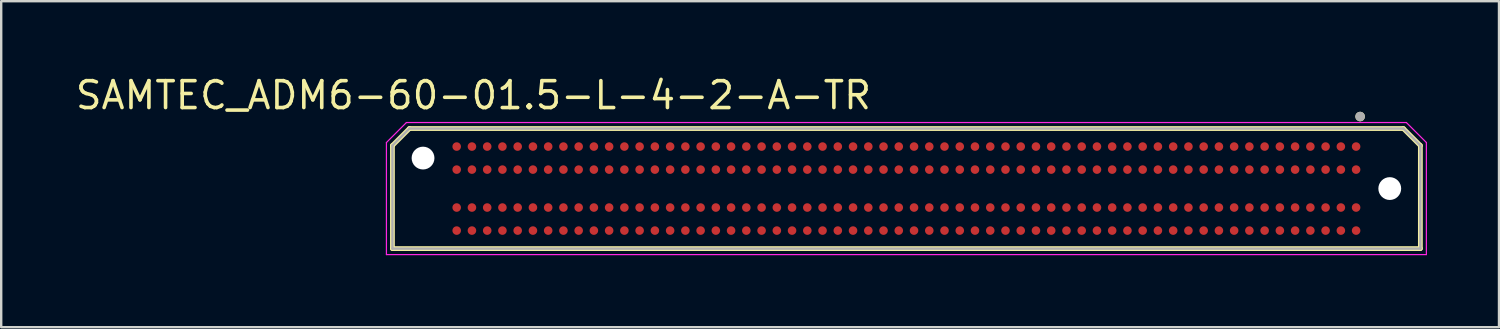
<source format=kicad_pcb>
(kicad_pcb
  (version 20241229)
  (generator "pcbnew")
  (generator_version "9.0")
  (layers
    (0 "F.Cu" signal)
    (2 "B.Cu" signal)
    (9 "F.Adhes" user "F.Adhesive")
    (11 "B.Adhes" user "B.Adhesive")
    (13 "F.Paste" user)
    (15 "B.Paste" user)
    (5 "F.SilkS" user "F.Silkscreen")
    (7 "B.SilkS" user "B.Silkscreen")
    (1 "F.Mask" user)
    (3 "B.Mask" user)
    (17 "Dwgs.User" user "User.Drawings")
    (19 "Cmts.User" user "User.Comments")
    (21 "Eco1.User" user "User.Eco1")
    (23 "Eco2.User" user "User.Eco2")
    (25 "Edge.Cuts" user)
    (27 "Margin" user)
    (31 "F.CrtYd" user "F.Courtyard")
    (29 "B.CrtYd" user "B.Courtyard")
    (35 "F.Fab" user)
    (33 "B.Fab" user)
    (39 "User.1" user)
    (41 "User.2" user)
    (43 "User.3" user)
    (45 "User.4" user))
  (footprint "SAMTEC_ADM6-60-01.5-L-4-2-A-TR"
    (layer "F.Cu")
    (at 34.707 4.805)
    (property "Reference" "SAMTEC_ADM6-60-01.5-L-4-2-A-TR" (at -18.034 -3.886 0) (layer "F.SilkS") (effects (font (size 1.12 1.12) (thickness 0.15))))
    (attr smd)
    (fp_line (start -21.41 -1.793) (end -20.703 -2.5) (stroke (width 0.2) (type solid)) (layer "F.SilkS"))
    (fp_line (start -21.41 2.5) (end -21.41 -1.793) (stroke (width 0.2) (type solid)) (layer "F.SilkS"))
    (fp_line (start -20.703 -2.5) (end 20.703 -2.5) (stroke (width 0.2) (type solid)) (layer "F.SilkS"))
    (fp_line (start 20.703 -2.5) (end 21.41 -1.793) (stroke (width 0.2) (type solid)) (layer "F.SilkS"))
    (fp_line (start 21.41 -1.793) (end 21.41 2.5) (stroke (width 0.2) (type solid)) (layer "F.SilkS"))
    (fp_line (start 21.41 2.5) (end -21.41 2.5) (stroke (width 0.2) (type solid)) (layer "F.SilkS"))
    (fp_circle (center 18.9 -3) (end 19 -3) (stroke (width 0.2) (type solid)) (fill no) (layer "F.SilkS"))
    (fp_line (start -21.66 -1.918) (end -20.828 -2.75) (stroke (width 0.05) (type solid)) (layer "F.CrtYd"))
    (fp_line (start -21.66 2.75) (end -21.66 -1.918) (stroke (width 0.05) (type solid)) (layer "F.CrtYd"))
    (fp_line (start -20.828 -2.75) (end 20.828 -2.75) (stroke (width 0.05) (type solid)) (layer "F.CrtYd"))
    (fp_line (start 20.828 -2.75) (end 21.66 -1.918) (stroke (width 0.05) (type solid)) (layer "F.CrtYd"))
    (fp_line (start 21.66 -1.918) (end 21.66 2.75) (stroke (width 0.05) (type solid)) (layer "F.CrtYd"))
    (fp_line (start 21.66 2.75) (end -21.66 2.75) (stroke (width 0.05) (type solid)) (layer "F.CrtYd"))
    (fp_line (start -21.41 -1.793) (end -20.703 -2.5) (stroke (width 0.1) (type solid)) (layer "F.Fab"))
    (fp_line (start -21.41 2.5) (end -21.41 -1.793) (stroke (width 0.1) (type solid)) (layer "F.Fab"))
    (fp_line (start -20.703 -2.5) (end 20.703 -2.5) (stroke (width 0.1) (type solid)) (layer "F.Fab"))
    (fp_line (start 20.703 -2.5) (end 21.41 -1.793) (stroke (width 0.1) (type solid)) (layer "F.Fab"))
    (fp_line (start 21.41 -1.793) (end 21.41 2.5) (stroke (width 0.1) (type solid)) (layer "F.Fab"))
    (fp_line (start 21.41 2.5) (end -21.41 2.5) (stroke (width 0.1) (type solid)) (layer "F.Fab"))
    (fp_circle (center 18.9 -3) (end 19 -3) (stroke (width 0.2) (type solid)) (fill no) (layer "F.Fab"))
    (pad "" np_thru_hole circle (at -20.135 -1.27) (size 0.95 0.95) (drill 0.95) (layers "*.Cu" "*.Mask"))
    (pad "" np_thru_hole circle (at 20.135 0) (size 0.95 0.95) (drill 0.95) (layers "*.Cu" "*.Mask"))
    (pad "A01" smd circle (at 18.733 -1.75) (size 0.356 0.356) (layers "F.Cu" "F.Mask" "F.Paste"))
    (pad "A02" smd circle (at 18.098 -1.75) (size 0.356 0.356) (layers "F.Cu" "F.Mask" "F.Paste"))
    (pad "A03" smd circle (at 17.462 -1.75) (size 0.356 0.356) (layers "F.Cu" "F.Mask" "F.Paste"))
    (pad "A04" smd circle (at 16.828 -1.75) (size 0.356 0.356) (layers "F.Cu" "F.Mask" "F.Paste"))
    (pad "A05" smd circle (at 16.192 -1.75) (size 0.356 0.356) (layers "F.Cu" "F.Mask" "F.Paste"))
    (pad "A06" smd circle (at 15.557 -1.75) (size 0.356 0.356) (layers "F.Cu" "F.Mask" "F.Paste"))
    (pad "A07" smd circle (at 14.922 -1.75) (size 0.356 0.356) (layers "F.Cu" "F.Mask" "F.Paste"))
    (pad "A08" smd circle (at 14.287 -1.75) (size 0.356 0.356) (layers "F.Cu" "F.Mask" "F.Paste"))
    (pad "A09" smd circle (at 13.652 -1.75) (size 0.356 0.356) (layers "F.Cu" "F.Mask" "F.Paste"))
    (pad "A10" smd circle (at 13.018 -1.75) (size 0.356 0.356) (layers "F.Cu" "F.Mask" "F.Paste"))
    (pad "A11" smd circle (at 12.383 -1.75) (size 0.356 0.356) (layers "F.Cu" "F.Mask" "F.Paste"))
    (pad "A12" smd circle (at 11.748 -1.75) (size 0.356 0.356) (layers "F.Cu" "F.Mask" "F.Paste"))
    (pad "A13" smd circle (at 11.113 -1.75) (size 0.356 0.356) (layers "F.Cu" "F.Mask" "F.Paste"))
    (pad "A14" smd circle (at 10.477 -1.75) (size 0.356 0.356) (layers "F.Cu" "F.Mask" "F.Paste"))
    (pad "A15" smd circle (at 9.842 -1.75) (size 0.356 0.356) (layers "F.Cu" "F.Mask" "F.Paste"))
    (pad "A16" smd circle (at 9.207 -1.75) (size 0.356 0.356) (layers "F.Cu" "F.Mask" "F.Paste"))
    (pad "A17" smd circle (at 8.572 -1.75) (size 0.356 0.356) (layers "F.Cu" "F.Mask" "F.Paste"))
    (pad "A18" smd circle (at 7.938 -1.75) (size 0.356 0.356) (layers "F.Cu" "F.Mask" "F.Paste"))
    (pad "A19" smd circle (at 7.303 -1.75) (size 0.356 0.356) (layers "F.Cu" "F.Mask" "F.Paste"))
    (pad "A20" smd circle (at 6.668 -1.75) (size 0.356 0.356) (layers "F.Cu" "F.Mask" "F.Paste"))
    (pad "A21" smd circle (at 6.032 -1.75) (size 0.356 0.356) (layers "F.Cu" "F.Mask" "F.Paste"))
    (pad "A22" smd circle (at 5.397 -1.75) (size 0.356 0.356) (layers "F.Cu" "F.Mask" "F.Paste"))
    (pad "A23" smd circle (at 4.763 -1.75) (size 0.356 0.356) (layers "F.Cu" "F.Mask" "F.Paste"))
    (pad "A24" smd circle (at 4.128 -1.75) (size 0.356 0.356) (layers "F.Cu" "F.Mask" "F.Paste"))
    (pad "A25" smd circle (at 3.493 -1.75) (size 0.356 0.356) (layers "F.Cu" "F.Mask" "F.Paste"))
    (pad "A26" smd circle (at 2.857 -1.75) (size 0.356 0.356) (layers "F.Cu" "F.Mask" "F.Paste"))
    (pad "A27" smd circle (at 2.223 -1.75) (size 0.356 0.356) (layers "F.Cu" "F.Mask" "F.Paste"))
    (pad "A28" smd circle (at 1.587 -1.75) (size 0.356 0.356) (layers "F.Cu" "F.Mask" "F.Paste"))
    (pad "A29" smd circle (at 0.953 -1.75) (size 0.356 0.356) (layers "F.Cu" "F.Mask" "F.Paste"))
    (pad "A30" smd circle (at 0.318 -1.75) (size 0.356 0.356) (layers "F.Cu" "F.Mask" "F.Paste"))
    (pad "A31" smd circle (at -0.318 -1.75) (size 0.356 0.356) (layers "F.Cu" "F.Mask" "F.Paste"))
    (pad "A32" smd circle (at -0.953 -1.75) (size 0.356 0.356) (layers "F.Cu" "F.Mask" "F.Paste"))
    (pad "A33" smd circle (at -1.587 -1.75) (size 0.356 0.356) (layers "F.Cu" "F.Mask" "F.Paste"))
    (pad "A34" smd circle (at -2.223 -1.75) (size 0.356 0.356) (layers "F.Cu" "F.Mask" "F.Paste"))
    (pad "A35" smd circle (at -2.857 -1.75) (size 0.356 0.356) (layers "F.Cu" "F.Mask" "F.Paste"))
    (pad "A36" smd circle (at -3.493 -1.75) (size 0.356 0.356) (layers "F.Cu" "F.Mask" "F.Paste"))
    (pad "A37" smd circle (at -4.128 -1.75) (size 0.356 0.356) (layers "F.Cu" "F.Mask" "F.Paste"))
    (pad "A38" smd circle (at -4.763 -1.75) (size 0.356 0.356) (layers "F.Cu" "F.Mask" "F.Paste"))
    (pad "A39" smd circle (at -5.397 -1.75) (size 0.356 0.356) (layers "F.Cu" "F.Mask" "F.Paste"))
    (pad "A40" smd circle (at -6.032 -1.75) (size 0.356 0.356) (layers "F.Cu" "F.Mask" "F.Paste"))
    (pad "A41" smd circle (at -6.668 -1.75) (size 0.356 0.356) (layers "F.Cu" "F.Mask" "F.Paste"))
    (pad "A42" smd circle (at -7.303 -1.75) (size 0.356 0.356) (layers "F.Cu" "F.Mask" "F.Paste"))
    (pad "A43" smd circle (at -7.938 -1.75) (size 0.356 0.356) (layers "F.Cu" "F.Mask" "F.Paste"))
    (pad "A44" smd circle (at -8.572 -1.75) (size 0.356 0.356) (layers "F.Cu" "F.Mask" "F.Paste"))
    (pad "A45" smd circle (at -9.207 -1.75) (size 0.356 0.356) (layers "F.Cu" "F.Mask" "F.Paste"))
    (pad "A46" smd circle (at -9.842 -1.75) (size 0.356 0.356) (layers "F.Cu" "F.Mask" "F.Paste"))
    (pad "A47" smd circle (at -10.477 -1.75) (size 0.356 0.356) (layers "F.Cu" "F.Mask" "F.Paste"))
    (pad "A48" smd circle (at -11.113 -1.75) (size 0.356 0.356) (layers "F.Cu" "F.Mask" "F.Paste"))
    (pad "A49" smd circle (at -11.748 -1.75) (size 0.356 0.356) (layers "F.Cu" "F.Mask" "F.Paste"))
    (pad "A50" smd circle (at -12.383 -1.75) (size 0.356 0.356) (layers "F.Cu" "F.Mask" "F.Paste"))
    (pad "A51" smd circle (at -13.018 -1.75) (size 0.356 0.356) (layers "F.Cu" "F.Mask" "F.Paste"))
    (pad "A52" smd circle (at -13.652 -1.75) (size 0.356 0.356) (layers "F.Cu" "F.Mask" "F.Paste"))
    (pad "A53" smd circle (at -14.287 -1.75) (size 0.356 0.356) (layers "F.Cu" "F.Mask" "F.Paste"))
    (pad "A54" smd circle (at -14.922 -1.75) (size 0.356 0.356) (layers "F.Cu" "F.Mask" "F.Paste"))
    (pad "A55" smd circle (at -15.557 -1.75) (size 0.356 0.356) (layers "F.Cu" "F.Mask" "F.Paste"))
    (pad "A56" smd circle (at -16.192 -1.75) (size 0.356 0.356) (layers "F.Cu" "F.Mask" "F.Paste"))
    (pad "A57" smd circle (at -16.828 -1.75) (size 0.356 0.356) (layers "F.Cu" "F.Mask" "F.Paste"))
    (pad "A58" smd circle (at -17.462 -1.75) (size 0.356 0.356) (layers "F.Cu" "F.Mask" "F.Paste"))
    (pad "A59" smd circle (at -18.098 -1.75) (size 0.356 0.356) (layers "F.Cu" "F.Mask" "F.Paste"))
    (pad "A60" smd circle (at -18.733 -1.75) (size 0.356 0.356) (layers "F.Cu" "F.Mask" "F.Paste"))
    (pad "B01" smd circle (at 18.733 -0.79) (size 0.356 0.356) (layers "F.Cu" "F.Mask" "F.Paste"))
    (pad "B02" smd circle (at 18.098 -0.79) (size 0.356 0.356) (layers "F.Cu" "F.Mask" "F.Paste"))
    (pad "B03" smd circle (at 17.462 -0.79) (size 0.356 0.356) (layers "F.Cu" "F.Mask" "F.Paste"))
    (pad "B04" smd circle (at 16.828 -0.79) (size 0.356 0.356) (layers "F.Cu" "F.Mask" "F.Paste"))
    (pad "B05" smd circle (at 16.192 -0.79) (size 0.356 0.356) (layers "F.Cu" "F.Mask" "F.Paste"))
    (pad "B06" smd circle (at 15.557 -0.79) (size 0.356 0.356) (layers "F.Cu" "F.Mask" "F.Paste"))
    (pad "B07" smd circle (at 14.922 -0.79) (size 0.356 0.356) (layers "F.Cu" "F.Mask" "F.Paste"))
    (pad "B08" smd circle (at 14.287 -0.79) (size 0.356 0.356) (layers "F.Cu" "F.Mask" "F.Paste"))
    (pad "B09" smd circle (at 13.652 -0.79) (size 0.356 0.356) (layers "F.Cu" "F.Mask" "F.Paste"))
    (pad "B10" smd circle (at 13.018 -0.79) (size 0.356 0.356) (layers "F.Cu" "F.Mask" "F.Paste"))
    (pad "B11" smd circle (at 12.383 -0.79) (size 0.356 0.356) (layers "F.Cu" "F.Mask" "F.Paste"))
    (pad "B12" smd circle (at 11.748 -0.79) (size 0.356 0.356) (layers "F.Cu" "F.Mask" "F.Paste"))
    (pad "B13" smd circle (at 11.113 -0.79) (size 0.356 0.356) (layers "F.Cu" "F.Mask" "F.Paste"))
    (pad "B14" smd circle (at 10.477 -0.79) (size 0.356 0.356) (layers "F.Cu" "F.Mask" "F.Paste"))
    (pad "B15" smd circle (at 9.842 -0.79) (size 0.356 0.356) (layers "F.Cu" "F.Mask" "F.Paste"))
    (pad "B16" smd circle (at 9.207 -0.79) (size 0.356 0.356) (layers "F.Cu" "F.Mask" "F.Paste"))
    (pad "B17" smd circle (at 8.572 -0.79) (size 0.356 0.356) (layers "F.Cu" "F.Mask" "F.Paste"))
    (pad "B18" smd circle (at 7.938 -0.79) (size 0.356 0.356) (layers "F.Cu" "F.Mask" "F.Paste"))
    (pad "B19" smd circle (at 7.303 -0.79) (size 0.356 0.356) (layers "F.Cu" "F.Mask" "F.Paste"))
    (pad "B20" smd circle (at 6.668 -0.79) (size 0.356 0.356) (layers "F.Cu" "F.Mask" "F.Paste"))
    (pad "B21" smd circle (at 6.032 -0.79) (size 0.356 0.356) (layers "F.Cu" "F.Mask" "F.Paste"))
    (pad "B22" smd circle (at 5.397 -0.79) (size 0.356 0.356) (layers "F.Cu" "F.Mask" "F.Paste"))
    (pad "B23" smd circle (at 4.763 -0.79) (size 0.356 0.356) (layers "F.Cu" "F.Mask" "F.Paste"))
    (pad "B24" smd circle (at 4.128 -0.79) (size 0.356 0.356) (layers "F.Cu" "F.Mask" "F.Paste"))
    (pad "B25" smd circle (at 3.493 -0.79) (size 0.356 0.356) (layers "F.Cu" "F.Mask" "F.Paste"))
    (pad "B26" smd circle (at 2.857 -0.79) (size 0.356 0.356) (layers "F.Cu" "F.Mask" "F.Paste"))
    (pad "B27" smd circle (at 2.223 -0.79) (size 0.356 0.356) (layers "F.Cu" "F.Mask" "F.Paste"))
    (pad "B28" smd circle (at 1.587 -0.79) (size 0.356 0.356) (layers "F.Cu" "F.Mask" "F.Paste"))
    (pad "B29" smd circle (at 0.953 -0.79) (size 0.356 0.356) (layers "F.Cu" "F.Mask" "F.Paste"))
    (pad "B30" smd circle (at 0.318 -0.79) (size 0.356 0.356) (layers "F.Cu" "F.Mask" "F.Paste"))
    (pad "B31" smd circle (at -0.318 -0.79) (size 0.356 0.356) (layers "F.Cu" "F.Mask" "F.Paste"))
    (pad "B32" smd circle (at -0.953 -0.79) (size 0.356 0.356) (layers "F.Cu" "F.Mask" "F.Paste"))
    (pad "B33" smd circle (at -1.587 -0.79) (size 0.356 0.356) (layers "F.Cu" "F.Mask" "F.Paste"))
    (pad "B34" smd circle (at -2.223 -0.79) (size 0.356 0.356) (layers "F.Cu" "F.Mask" "F.Paste"))
    (pad "B35" smd circle (at -2.857 -0.79) (size 0.356 0.356) (layers "F.Cu" "F.Mask" "F.Paste"))
    (pad "B36" smd circle (at -3.493 -0.79) (size 0.356 0.356) (layers "F.Cu" "F.Mask" "F.Paste"))
    (pad "B37" smd circle (at -4.128 -0.79) (size 0.356 0.356) (layers "F.Cu" "F.Mask" "F.Paste"))
    (pad "B38" smd circle (at -4.763 -0.79) (size 0.356 0.356) (layers "F.Cu" "F.Mask" "F.Paste"))
    (pad "B39" smd circle (at -5.397 -0.79) (size 0.356 0.356) (layers "F.Cu" "F.Mask" "F.Paste"))
    (pad "B40" smd circle (at -6.032 -0.79) (size 0.356 0.356) (layers "F.Cu" "F.Mask" "F.Paste"))
    (pad "B41" smd circle (at -6.668 -0.79) (size 0.356 0.356) (layers "F.Cu" "F.Mask" "F.Paste"))
    (pad "B42" smd circle (at -7.303 -0.79) (size 0.356 0.356) (layers "F.Cu" "F.Mask" "F.Paste"))
    (pad "B43" smd circle (at -7.938 -0.79) (size 0.356 0.356) (layers "F.Cu" "F.Mask" "F.Paste"))
    (pad "B44" smd circle (at -8.572 -0.79) (size 0.356 0.356) (layers "F.Cu" "F.Mask" "F.Paste"))
    (pad "B45" smd circle (at -9.207 -0.79) (size 0.356 0.356) (layers "F.Cu" "F.Mask" "F.Paste"))
    (pad "B46" smd circle (at -9.842 -0.79) (size 0.356 0.356) (layers "F.Cu" "F.Mask" "F.Paste"))
    (pad "B47" smd circle (at -10.477 -0.79) (size 0.356 0.356) (layers "F.Cu" "F.Mask" "F.Paste"))
    (pad "B48" smd circle (at -11.113 -0.79) (size 0.356 0.356) (layers "F.Cu" "F.Mask" "F.Paste"))
    (pad "B49" smd circle (at -11.748 -0.79) (size 0.356 0.356) (layers "F.Cu" "F.Mask" "F.Paste"))
    (pad "B50" smd circle (at -12.383 -0.79) (size 0.356 0.356) (layers "F.Cu" "F.Mask" "F.Paste"))
    (pad "B51" smd circle (at -13.018 -0.79) (size 0.356 0.356) (layers "F.Cu" "F.Mask" "F.Paste"))
    (pad "B52" smd circle (at -13.652 -0.79) (size 0.356 0.356) (layers "F.Cu" "F.Mask" "F.Paste"))
    (pad "B53" smd circle (at -14.287 -0.79) (size 0.356 0.356) (layers "F.Cu" "F.Mask" "F.Paste"))
    (pad "B54" smd circle (at -14.922 -0.79) (size 0.356 0.356) (layers "F.Cu" "F.Mask" "F.Paste"))
    (pad "B55" smd circle (at -15.557 -0.79) (size 0.356 0.356) (layers "F.Cu" "F.Mask" "F.Paste"))
    (pad "B56" smd circle (at -16.192 -0.79) (size 0.356 0.356) (layers "F.Cu" "F.Mask" "F.Paste"))
    (pad "B57" smd circle (at -16.828 -0.79) (size 0.356 0.356) (layers "F.Cu" "F.Mask" "F.Paste"))
    (pad "B58" smd circle (at -17.462 -0.79) (size 0.356 0.356) (layers "F.Cu" "F.Mask" "F.Paste"))
    (pad "B59" smd circle (at -18.098 -0.79) (size 0.356 0.356) (layers "F.Cu" "F.Mask" "F.Paste"))
    (pad "B60" smd circle (at -18.733 -0.79) (size 0.356 0.356) (layers "F.Cu" "F.Mask" "F.Paste"))
    (pad "C01" smd circle (at 18.733 0.79) (size 0.356 0.356) (layers "F.Cu" "F.Mask" "F.Paste"))
    (pad "C02" smd circle (at 18.098 0.79) (size 0.356 0.356) (layers "F.Cu" "F.Mask" "F.Paste"))
    (pad "C03" smd circle (at 17.462 0.79) (size 0.356 0.356) (layers "F.Cu" "F.Mask" "F.Paste"))
    (pad "C04" smd circle (at 16.828 0.79) (size 0.356 0.356) (layers "F.Cu" "F.Mask" "F.Paste"))
    (pad "C05" smd circle (at 16.192 0.79) (size 0.356 0.356) (layers "F.Cu" "F.Mask" "F.Paste"))
    (pad "C06" smd circle (at 15.557 0.79) (size 0.356 0.356) (layers "F.Cu" "F.Mask" "F.Paste"))
    (pad "C07" smd circle (at 14.922 0.79) (size 0.356 0.356) (layers "F.Cu" "F.Mask" "F.Paste"))
    (pad "C08" smd circle (at 14.287 0.79) (size 0.356 0.356) (layers "F.Cu" "F.Mask" "F.Paste"))
    (pad "C09" smd circle (at 13.652 0.79) (size 0.356 0.356) (layers "F.Cu" "F.Mask" "F.Paste"))
    (pad "C10" smd circle (at 13.018 0.79) (size 0.356 0.356) (layers "F.Cu" "F.Mask" "F.Paste"))
    (pad "C11" smd circle (at 12.383 0.79) (size 0.356 0.356) (layers "F.Cu" "F.Mask" "F.Paste"))
    (pad "C12" smd circle (at 11.748 0.79) (size 0.356 0.356) (layers "F.Cu" "F.Mask" "F.Paste"))
    (pad "C13" smd circle (at 11.113 0.79) (size 0.356 0.356) (layers "F.Cu" "F.Mask" "F.Paste"))
    (pad "C14" smd circle (at 10.477 0.79) (size 0.356 0.356) (layers "F.Cu" "F.Mask" "F.Paste"))
    (pad "C15" smd circle (at 9.842 0.79) (size 0.356 0.356) (layers "F.Cu" "F.Mask" "F.Paste"))
    (pad "C16" smd circle (at 9.207 0.79) (size 0.356 0.356) (layers "F.Cu" "F.Mask" "F.Paste"))
    (pad "C17" smd circle (at 8.572 0.79) (size 0.356 0.356) (layers "F.Cu" "F.Mask" "F.Paste"))
    (pad "C18" smd circle (at 7.938 0.79) (size 0.356 0.356) (layers "F.Cu" "F.Mask" "F.Paste"))
    (pad "C19" smd circle (at 7.303 0.79) (size 0.356 0.356) (layers "F.Cu" "F.Mask" "F.Paste"))
    (pad "C20" smd circle (at 6.668 0.79) (size 0.356 0.356) (layers "F.Cu" "F.Mask" "F.Paste"))
    (pad "C21" smd circle (at 6.032 0.79) (size 0.356 0.356) (layers "F.Cu" "F.Mask" "F.Paste"))
    (pad "C22" smd circle (at 5.397 0.79) (size 0.356 0.356) (layers "F.Cu" "F.Mask" "F.Paste"))
    (pad "C23" smd circle (at 4.763 0.79) (size 0.356 0.356) (layers "F.Cu" "F.Mask" "F.Paste"))
    (pad "C24" smd circle (at 4.128 0.79) (size 0.356 0.356) (layers "F.Cu" "F.Mask" "F.Paste"))
    (pad "C25" smd circle (at 3.493 0.79) (size 0.356 0.356) (layers "F.Cu" "F.Mask" "F.Paste"))
    (pad "C26" smd circle (at 2.857 0.79) (size 0.356 0.356) (layers "F.Cu" "F.Mask" "F.Paste"))
    (pad "C27" smd circle (at 2.223 0.79) (size 0.356 0.356) (layers "F.Cu" "F.Mask" "F.Paste"))
    (pad "C28" smd circle (at 1.587 0.79) (size 0.356 0.356) (layers "F.Cu" "F.Mask" "F.Paste"))
    (pad "C29" smd circle (at 0.953 0.79) (size 0.356 0.356) (layers "F.Cu" "F.Mask" "F.Paste"))
    (pad "C30" smd circle (at 0.318 0.79) (size 0.356 0.356) (layers "F.Cu" "F.Mask" "F.Paste"))
    (pad "C31" smd circle (at -0.318 0.79) (size 0.356 0.356) (layers "F.Cu" "F.Mask" "F.Paste"))
    (pad "C32" smd circle (at -0.953 0.79) (size 0.356 0.356) (layers "F.Cu" "F.Mask" "F.Paste"))
    (pad "C33" smd circle (at -1.587 0.79) (size 0.356 0.356) (layers "F.Cu" "F.Mask" "F.Paste"))
    (pad "C34" smd circle (at -2.223 0.79) (size 0.356 0.356) (layers "F.Cu" "F.Mask" "F.Paste"))
    (pad "C35" smd circle (at -2.857 0.79) (size 0.356 0.356) (layers "F.Cu" "F.Mask" "F.Paste"))
    (pad "C36" smd circle (at -3.493 0.79) (size 0.356 0.356) (layers "F.Cu" "F.Mask" "F.Paste"))
    (pad "C37" smd circle (at -4.128 0.79) (size 0.356 0.356) (layers "F.Cu" "F.Mask" "F.Paste"))
    (pad "C38" smd circle (at -4.763 0.79) (size 0.356 0.356) (layers "F.Cu" "F.Mask" "F.Paste"))
    (pad "C39" smd circle (at -5.397 0.79) (size 0.356 0.356) (layers "F.Cu" "F.Mask" "F.Paste"))
    (pad "C40" smd circle (at -6.032 0.79) (size 0.356 0.356) (layers "F.Cu" "F.Mask" "F.Paste"))
    (pad "C41" smd circle (at -6.668 0.79) (size 0.356 0.356) (layers "F.Cu" "F.Mask" "F.Paste"))
    (pad "C42" smd circle (at -7.303 0.79) (size 0.356 0.356) (layers "F.Cu" "F.Mask" "F.Paste"))
    (pad "C43" smd circle (at -7.938 0.79) (size 0.356 0.356) (layers "F.Cu" "F.Mask" "F.Paste"))
    (pad "C44" smd circle (at -8.572 0.79) (size 0.356 0.356) (layers "F.Cu" "F.Mask" "F.Paste"))
    (pad "C45" smd circle (at -9.207 0.79) (size 0.356 0.356) (layers "F.Cu" "F.Mask" "F.Paste"))
    (pad "C46" smd circle (at -9.842 0.79) (size 0.356 0.356) (layers "F.Cu" "F.Mask" "F.Paste"))
    (pad "C47" smd circle (at -10.477 0.79) (size 0.356 0.356) (layers "F.Cu" "F.Mask" "F.Paste"))
    (pad "C48" smd circle (at -11.113 0.79) (size 0.356 0.356) (layers "F.Cu" "F.Mask" "F.Paste"))
    (pad "C49" smd circle (at -11.748 0.79) (size 0.356 0.356) (layers "F.Cu" "F.Mask" "F.Paste"))
    (pad "C50" smd circle (at -12.383 0.79) (size 0.356 0.356) (layers "F.Cu" "F.Mask" "F.Paste"))
    (pad "C51" smd circle (at -13.018 0.79) (size 0.356 0.356) (layers "F.Cu" "F.Mask" "F.Paste"))
    (pad "C52" smd circle (at -13.652 0.79) (size 0.356 0.356) (layers "F.Cu" "F.Mask" "F.Paste"))
    (pad "C53" smd circle (at -14.287 0.79) (size 0.356 0.356) (layers "F.Cu" "F.Mask" "F.Paste"))
    (pad "C54" smd circle (at -14.922 0.79) (size 0.356 0.356) (layers "F.Cu" "F.Mask" "F.Paste"))
    (pad "C55" smd circle (at -15.557 0.79) (size 0.356 0.356) (layers "F.Cu" "F.Mask" "F.Paste"))
    (pad "C56" smd circle (at -16.192 0.79) (size 0.356 0.356) (layers "F.Cu" "F.Mask" "F.Paste"))
    (pad "C57" smd circle (at -16.828 0.79) (size 0.356 0.356) (layers "F.Cu" "F.Mask" "F.Paste"))
    (pad "C58" smd circle (at -17.462 0.79) (size 0.356 0.356) (layers "F.Cu" "F.Mask" "F.Paste"))
    (pad "C59" smd circle (at -18.098 0.79) (size 0.356 0.356) (layers "F.Cu" "F.Mask" "F.Paste"))
    (pad "C60" smd circle (at -18.733 0.79) (size 0.356 0.356) (layers "F.Cu" "F.Mask" "F.Paste"))
    (pad "D01" smd circle (at 18.733 1.75) (size 0.356 0.356) (layers "F.Cu" "F.Mask" "F.Paste"))
    (pad "D02" smd circle (at 18.098 1.75) (size 0.356 0.356) (layers "F.Cu" "F.Mask" "F.Paste"))
    (pad "D03" smd circle (at 17.462 1.75) (size 0.356 0.356) (layers "F.Cu" "F.Mask" "F.Paste"))
    (pad "D04" smd circle (at 16.828 1.75) (size 0.356 0.356) (layers "F.Cu" "F.Mask" "F.Paste"))
    (pad "D05" smd circle (at 16.192 1.75) (size 0.356 0.356) (layers "F.Cu" "F.Mask" "F.Paste"))
    (pad "D06" smd circle (at 15.557 1.75) (size 0.356 0.356) (layers "F.Cu" "F.Mask" "F.Paste"))
    (pad "D07" smd circle (at 14.922 1.75) (size 0.356 0.356) (layers "F.Cu" "F.Mask" "F.Paste"))
    (pad "D08" smd circle (at 14.287 1.75) (size 0.356 0.356) (layers "F.Cu" "F.Mask" "F.Paste"))
    (pad "D09" smd circle (at 13.652 1.75) (size 0.356 0.356) (layers "F.Cu" "F.Mask" "F.Paste"))
    (pad "D10" smd circle (at 13.018 1.75) (size 0.356 0.356) (layers "F.Cu" "F.Mask" "F.Paste"))
    (pad "D11" smd circle (at 12.383 1.75) (size 0.356 0.356) (layers "F.Cu" "F.Mask" "F.Paste"))
    (pad "D12" smd circle (at 11.748 1.75) (size 0.356 0.356) (layers "F.Cu" "F.Mask" "F.Paste"))
    (pad "D13" smd circle (at 11.113 1.75) (size 0.356 0.356) (layers "F.Cu" "F.Mask" "F.Paste"))
    (pad "D14" smd circle (at 10.477 1.75) (size 0.356 0.356) (layers "F.Cu" "F.Mask" "F.Paste"))
    (pad "D15" smd circle (at 9.842 1.75) (size 0.356 0.356) (layers "F.Cu" "F.Mask" "F.Paste"))
    (pad "D16" smd circle (at 9.207 1.75) (size 0.356 0.356) (layers "F.Cu" "F.Mask" "F.Paste"))
    (pad "D17" smd circle (at 8.572 1.75) (size 0.356 0.356) (layers "F.Cu" "F.Mask" "F.Paste"))
    (pad "D18" smd circle (at 7.938 1.75) (size 0.356 0.356) (layers "F.Cu" "F.Mask" "F.Paste"))
    (pad "D19" smd circle (at 7.303 1.75) (size 0.356 0.356) (layers "F.Cu" "F.Mask" "F.Paste"))
    (pad "D20" smd circle (at 6.668 1.75) (size 0.356 0.356) (layers "F.Cu" "F.Mask" "F.Paste"))
    (pad "D21" smd circle (at 6.032 1.75) (size 0.356 0.356) (layers "F.Cu" "F.Mask" "F.Paste"))
    (pad "D22" smd circle (at 5.397 1.75) (size 0.356 0.356) (layers "F.Cu" "F.Mask" "F.Paste"))
    (pad "D23" smd circle (at 4.763 1.75) (size 0.356 0.356) (layers "F.Cu" "F.Mask" "F.Paste"))
    (pad "D24" smd circle (at 4.128 1.75) (size 0.356 0.356) (layers "F.Cu" "F.Mask" "F.Paste"))
    (pad "D25" smd circle (at 3.493 1.75) (size 0.356 0.356) (layers "F.Cu" "F.Mask" "F.Paste"))
    (pad "D26" smd circle (at 2.857 1.75) (size 0.356 0.356) (layers "F.Cu" "F.Mask" "F.Paste"))
    (pad "D27" smd circle (at 2.223 1.75) (size 0.356 0.356) (layers "F.Cu" "F.Mask" "F.Paste"))
    (pad "D28" smd circle (at 1.587 1.75) (size 0.356 0.356) (layers "F.Cu" "F.Mask" "F.Paste"))
    (pad "D29" smd circle (at 0.953 1.75) (size 0.356 0.356) (layers "F.Cu" "F.Mask" "F.Paste"))
    (pad "D30" smd circle (at 0.318 1.75) (size 0.356 0.356) (layers "F.Cu" "F.Mask" "F.Paste"))
    (pad "D31" smd circle (at -0.318 1.75) (size 0.356 0.356) (layers "F.Cu" "F.Mask" "F.Paste"))
    (pad "D32" smd circle (at -0.953 1.75) (size 0.356 0.356) (layers "F.Cu" "F.Mask" "F.Paste"))
    (pad "D33" smd circle (at -1.587 1.75) (size 0.356 0.356) (layers "F.Cu" "F.Mask" "F.Paste"))
    (pad "D34" smd circle (at -2.223 1.75) (size 0.356 0.356) (layers "F.Cu" "F.Mask" "F.Paste"))
    (pad "D35" smd circle (at -2.857 1.75) (size 0.356 0.356) (layers "F.Cu" "F.Mask" "F.Paste"))
    (pad "D36" smd circle (at -3.493 1.75) (size 0.356 0.356) (layers "F.Cu" "F.Mask" "F.Paste"))
    (pad "D37" smd circle (at -4.128 1.75) (size 0.356 0.356) (layers "F.Cu" "F.Mask" "F.Paste"))
    (pad "D38" smd circle (at -4.763 1.75) (size 0.356 0.356) (layers "F.Cu" "F.Mask" "F.Paste"))
    (pad "D39" smd circle (at -5.397 1.75) (size 0.356 0.356) (layers "F.Cu" "F.Mask" "F.Paste"))
    (pad "D40" smd circle (at -6.032 1.75) (size 0.356 0.356) (layers "F.Cu" "F.Mask" "F.Paste"))
    (pad "D41" smd circle (at -6.668 1.75) (size 0.356 0.356) (layers "F.Cu" "F.Mask" "F.Paste"))
    (pad "D42" smd circle (at -7.303 1.75) (size 0.356 0.356) (layers "F.Cu" "F.Mask" "F.Paste"))
    (pad "D43" smd circle (at -7.938 1.75) (size 0.356 0.356) (layers "F.Cu" "F.Mask" "F.Paste"))
    (pad "D44" smd circle (at -8.572 1.75) (size 0.356 0.356) (layers "F.Cu" "F.Mask" "F.Paste"))
    (pad "D45" smd circle (at -9.207 1.75) (size 0.356 0.356) (layers "F.Cu" "F.Mask" "F.Paste"))
    (pad "D46" smd circle (at -9.842 1.75) (size 0.356 0.356) (layers "F.Cu" "F.Mask" "F.Paste"))
    (pad "D47" smd circle (at -10.477 1.75) (size 0.356 0.356) (layers "F.Cu" "F.Mask" "F.Paste"))
    (pad "D48" smd circle (at -11.113 1.75) (size 0.356 0.356) (layers "F.Cu" "F.Mask" "F.Paste"))
    (pad "D49" smd circle (at -11.748 1.75) (size 0.356 0.356) (layers "F.Cu" "F.Mask" "F.Paste"))
    (pad "D50" smd circle (at -12.383 1.75) (size 0.356 0.356) (layers "F.Cu" "F.Mask" "F.Paste"))
    (pad "D51" smd circle (at -13.018 1.75) (size 0.356 0.356) (layers "F.Cu" "F.Mask" "F.Paste"))
    (pad "D52" smd circle (at -13.652 1.75) (size 0.356 0.356) (layers "F.Cu" "F.Mask" "F.Paste"))
    (pad "D53" smd circle (at -14.287 1.75) (size 0.356 0.356) (layers "F.Cu" "F.Mask" "F.Paste"))
    (pad "D54" smd circle (at -14.922 1.75) (size 0.356 0.356) (layers "F.Cu" "F.Mask" "F.Paste"))
    (pad "D55" smd circle (at -15.557 1.75) (size 0.356 0.356) (layers "F.Cu" "F.Mask" "F.Paste"))
    (pad "D56" smd circle (at -16.192 1.75) (size 0.356 0.356) (layers "F.Cu" "F.Mask" "F.Paste"))
    (pad "D57" smd circle (at -16.828 1.75) (size 0.356 0.356) (layers "F.Cu" "F.Mask" "F.Paste"))
    (pad "D58" smd circle (at -17.462 1.75) (size 0.356 0.356) (layers "F.Cu" "F.Mask" "F.Paste"))
    (pad "D59" smd circle (at -18.098 1.75) (size 0.356 0.356) (layers "F.Cu" "F.Mask" "F.Paste"))
    (pad "D60" smd circle (at -18.733 1.75) (size 0.356 0.356) (layers "F.Cu" "F.Mask" "F.Paste")))
  (gr_rect
    (start -3 -3)
    (end 59.392 10.58)
    (stroke (width 0.1) (type default))
    (fill no)
    (layer "Edge.Cuts")))
</source>
